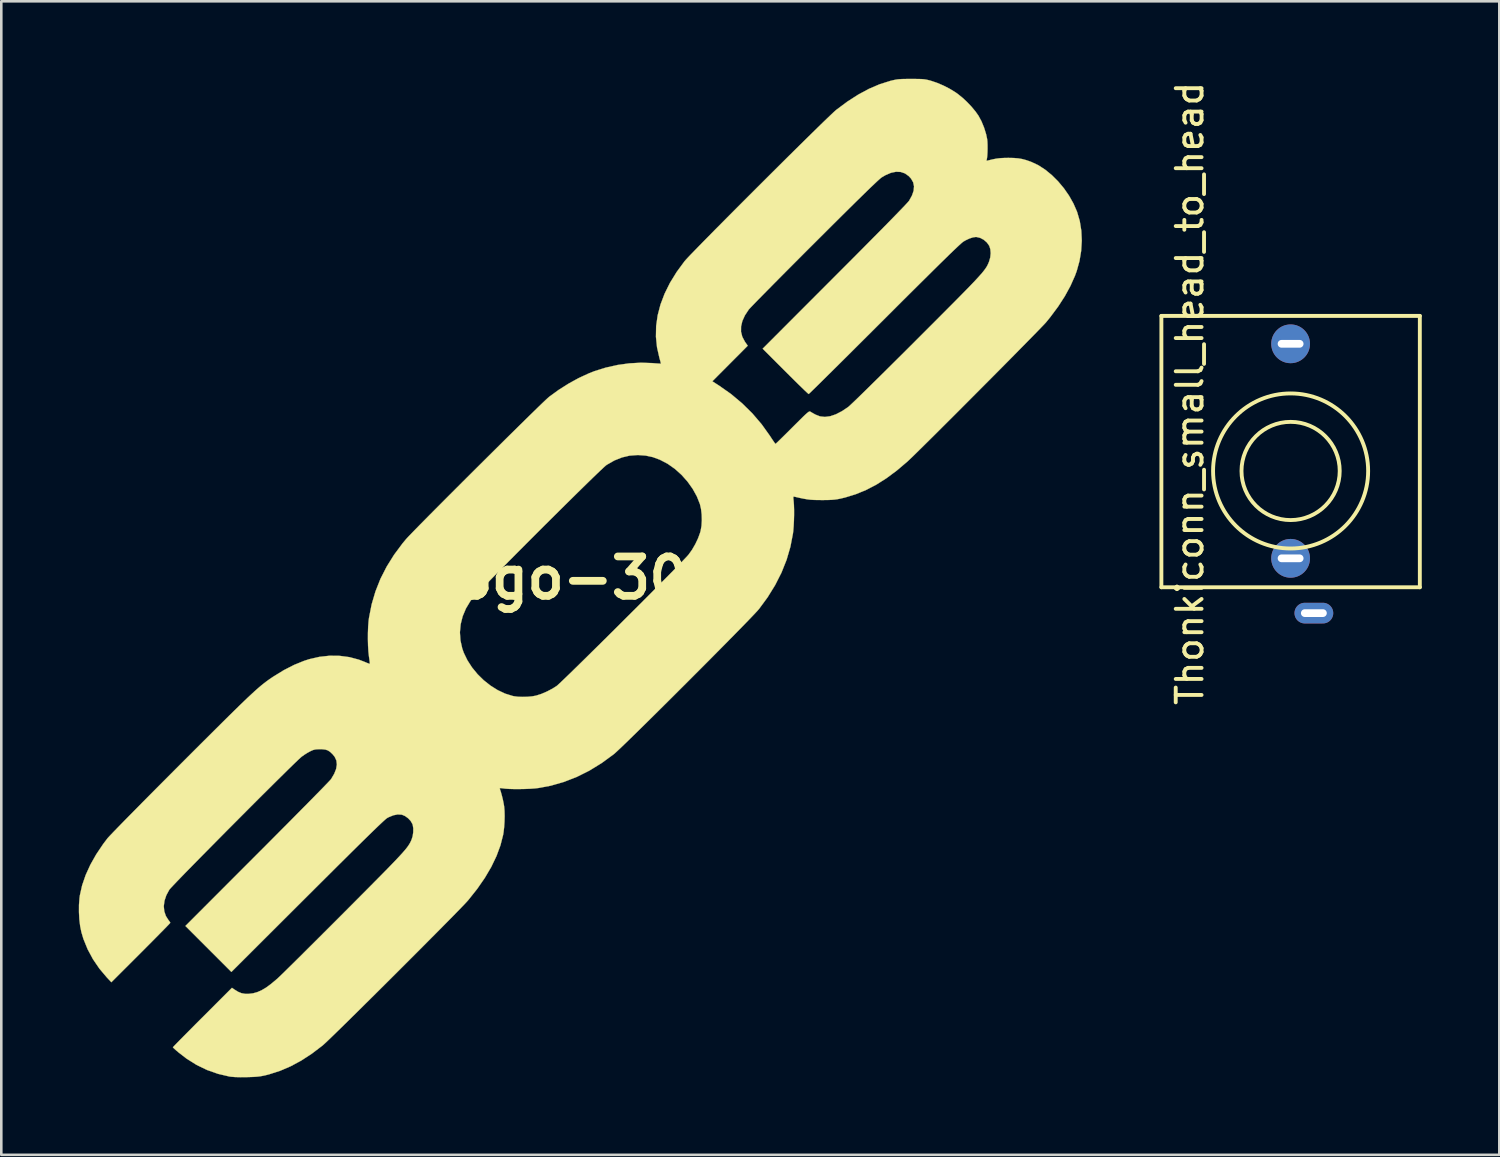
<source format=kicad_pcb>
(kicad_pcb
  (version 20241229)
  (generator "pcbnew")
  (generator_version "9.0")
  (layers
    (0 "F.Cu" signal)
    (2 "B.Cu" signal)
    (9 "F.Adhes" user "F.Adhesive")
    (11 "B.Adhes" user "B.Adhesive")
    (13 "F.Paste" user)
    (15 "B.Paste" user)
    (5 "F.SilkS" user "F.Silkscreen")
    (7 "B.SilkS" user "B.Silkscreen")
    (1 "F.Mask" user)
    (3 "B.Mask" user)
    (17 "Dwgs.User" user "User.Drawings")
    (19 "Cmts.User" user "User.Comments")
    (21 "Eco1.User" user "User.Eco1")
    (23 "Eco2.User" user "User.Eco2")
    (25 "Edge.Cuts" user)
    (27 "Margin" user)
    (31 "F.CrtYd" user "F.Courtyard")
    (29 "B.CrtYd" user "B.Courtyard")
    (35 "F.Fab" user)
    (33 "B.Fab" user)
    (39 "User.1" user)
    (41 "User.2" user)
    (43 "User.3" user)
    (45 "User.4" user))
  (footprint "Thonkiconn_small_head_to_head"
    (layer "F.Cu")
    (at 46.887 15.173)
    (property "Reference" "Thonkiconn_small_head_to_head" (at -3.9 -3 270) (layer "F.SilkS") (effects (font (size 1 1) (thickness 0.15))))
    (attr through_hole)
    (fp_line (start -5 -6) (end -5 4.5) (stroke (width 0.15) (type solid)) (layer "F.SilkS"))
    (fp_line (start -5 -6) (end 5 -6) (stroke (width 0.15) (type solid)) (layer "F.SilkS"))
    (fp_line (start -5 4.5) (end 5 4.5) (stroke (width 0.15) (type solid)) (layer "F.SilkS"))
    (fp_line (start 5 -6) (end 5 4.5) (stroke (width 0.15) (type solid)) (layer "F.SilkS"))
    (fp_circle (center 0 0) (end 1.9 0) (stroke (width 0.15) (type solid)) (fill no) (layer "F.SilkS"))
    (fp_circle (center 0 0) (end 3 0) (stroke (width 0.15) (type solid)) (fill no) (layer "F.SilkS"))
    (pad "1" thru_hole oval (at 0.9 5.5) (size 1.5 0.8) (drill oval 1 0.3) (layers "*.Cu" "*.Mask"))
    (pad "2" thru_hole oval (at 0 3.38) (size 1.5 1.5) (drill oval 1 0.3) (layers "*.Cu" "*.Mask"))
    (pad "3" thru_hole oval (at 0 -4.92) (size 1.5 1.5) (drill oval 1 0.3) (layers "*.Cu" "*.Mask")))
  (footprint "logo-303"
    (layer "F.Cu")
    (at 19.404 19.315)
    (property "Reference" "logo-303" (at 0 0 0) (layer "F.SilkS") (effects (font (size 1.524 1.524) (thickness 0.3))))
    (attr through_hole)
    (fp_poly (pts (xy 12.979 -19.31) (xy 13.115 -19.308) (xy 13.222 -19.304) (xy 13.308 -19.296) (xy 13.385 -19.284) (xy 13.463 -19.267) (xy 13.551 -19.244) (xy 13.564 -19.24) (xy 13.8 -19.161) (xy 14.051 -19.054) (xy 14.298 -18.927) (xy 14.521 -18.79) (xy 14.596 -18.737) (xy 14.779 -18.59) (xy 14.963 -18.419) (xy 15.138 -18.235) (xy 15.29 -18.052) (xy 15.405 -17.889) (xy 15.523 -17.67) (xy 15.624 -17.423) (xy 15.702 -17.17) (xy 15.741 -16.984) (xy 15.751 -16.886) (xy 15.756 -16.761) (xy 15.757 -16.623) (xy 15.754 -16.483) (xy 15.747 -16.356) (xy 15.737 -16.253) (xy 15.724 -16.187) (xy 15.723 -16.185) (xy 15.716 -16.153) (xy 15.739 -16.148) (xy 15.779 -16.156) (xy 15.958 -16.2) (xy 16.111 -16.229) (xy 16.255 -16.246) (xy 16.413 -16.254) (xy 16.565 -16.256) (xy 16.769 -16.252) (xy 16.94 -16.238) (xy 17.096 -16.212) (xy 17.254 -16.169) (xy 17.431 -16.107) (xy 17.463 -16.094) (xy 17.727 -15.969) (xy 17.99 -15.798) (xy 18.245 -15.589) (xy 18.487 -15.348) (xy 18.711 -15.08) (xy 18.911 -14.792) (xy 19.081 -14.49) (xy 19.217 -14.179) (xy 19.222 -14.165) (xy 19.325 -13.813) (xy 19.385 -13.439) (xy 19.403 -13.052) (xy 19.379 -12.658) (xy 19.314 -12.265) (xy 19.207 -11.879) (xy 19.14 -11.696) (xy 18.964 -11.301) (xy 18.748 -10.906) (xy 18.49 -10.506) (xy 18.186 -10.098) (xy 18.038 -9.915) (xy 17.996 -9.867) (xy 17.92 -9.786) (xy 17.812 -9.674) (xy 17.677 -9.534) (xy 17.516 -9.369) (xy 17.331 -9.181) (xy 17.126 -8.972) (xy 16.903 -8.746) (xy 16.665 -8.504) (xy 16.414 -8.25) (xy 16.152 -7.986) (xy 15.883 -7.715) (xy 15.608 -7.439) (xy 15.331 -7.161) (xy 15.054 -6.883) (xy 14.78 -6.608) (xy 14.511 -6.338) (xy 14.249 -6.077) (xy 13.998 -5.827) (xy 13.76 -5.589) (xy 13.537 -5.368) (xy 13.332 -5.165) (xy 13.148 -4.984) (xy 12.988 -4.826) (xy 12.853 -4.694) (xy 12.746 -4.592) (xy 12.67 -4.52) (xy 12.655 -4.506) (xy 12.25 -4.162) (xy 11.852 -3.866) (xy 11.457 -3.615) (xy 11.06 -3.408) (xy 10.659 -3.243) (xy 10.249 -3.117) (xy 10.06 -3.072) (xy 9.948 -3.05) (xy 9.839 -3.035) (xy 9.722 -3.025) (xy 9.583 -3.019) (xy 9.41 -3.017) (xy 9.344 -3.017) (xy 9.172 -3.018) (xy 9.03 -3.022) (xy 8.905 -3.03) (xy 8.784 -3.045) (xy 8.654 -3.067) (xy 8.501 -3.098) (xy 8.313 -3.141) (xy 8.293 -3.146) (xy 8.262 -3.151) (xy 8.245 -3.142) (xy 8.241 -3.109) (xy 8.247 -3.041) (xy 8.253 -2.985) (xy 8.265 -2.831) (xy 8.271 -2.642) (xy 8.271 -2.431) (xy 8.265 -2.214) (xy 8.254 -2.004) (xy 8.239 -1.816) (xy 8.227 -1.719) (xy 8.129 -1.21) (xy 7.982 -0.707) (xy 7.785 -0.213) (xy 7.539 0.273) (xy 7.245 0.748) (xy 6.916 1.195) (xy 6.867 1.252) (xy 6.784 1.342) (xy 6.67 1.463) (xy 6.528 1.611) (xy 6.36 1.785) (xy 6.168 1.981) (xy 5.956 2.198) (xy 5.725 2.432) (xy 5.479 2.682) (xy 5.22 2.943) (xy 4.951 3.215) (xy 4.674 3.493) (xy 4.391 3.776) (xy 4.106 4.062) (xy 3.821 4.346) (xy 3.539 4.628) (xy 3.261 4.904) (xy 2.992 5.171) (xy 2.732 5.428) (xy 2.486 5.671) (xy 2.255 5.898) (xy 2.042 6.106) (xy 1.85 6.294) (xy 1.681 6.457) (xy 1.538 6.594) (xy 1.423 6.702) (xy 1.34 6.778) (xy 1.297 6.815) (xy 0.829 7.158) (xy 0.351 7.452) (xy -0.138 7.696) (xy -0.636 7.89) (xy -1.146 8.036) (xy -1.615 8.124) (xy -1.763 8.141) (xy -1.944 8.154) (xy -2.145 8.162) (xy -2.353 8.166) (xy -2.555 8.166) (xy -2.741 8.161) (xy -2.897 8.151) (xy -2.982 8.141) (xy -3.064 8.13) (xy -3.106 8.13) (xy -3.118 8.143) (xy -3.114 8.159) (xy -3.076 8.272) (xy -3.036 8.417) (xy -2.997 8.575) (xy -2.966 8.728) (xy -2.947 8.841) (xy -2.933 9.011) (xy -2.928 9.213) (xy -2.934 9.431) (xy -2.948 9.647) (xy -2.971 9.843) (xy -2.987 9.939) (xy -3.09 10.343) (xy -3.243 10.756) (xy -3.444 11.175) (xy -3.693 11.599) (xy -3.989 12.027) (xy -4.331 12.457) (xy -4.343 12.471) (xy -4.396 12.53) (xy -4.482 12.622) (xy -4.598 12.743) (xy -4.743 12.892) (xy -4.913 13.067) (xy -5.106 13.263) (xy -5.32 13.479) (xy -5.551 13.713) (xy -5.798 13.961) (xy -6.057 14.222) (xy -6.326 14.492) (xy -6.603 14.769) (xy -6.885 15.051) (xy -7.169 15.335) (xy -7.453 15.618) (xy -7.735 15.899) (xy -8.011 16.173) (xy -8.28 16.439) (xy -8.538 16.695) (xy -8.783 16.937) (xy -9.013 17.164) (xy -9.225 17.372) (xy -9.417 17.559) (xy -9.585 17.722) (xy -9.728 17.86) (xy -9.842 17.969) (xy -9.926 18.046) (xy -9.974 18.089) (xy -10.387 18.403) (xy -10.796 18.67) (xy -11.204 18.89) (xy -11.616 19.067) (xy -12.036 19.202) (xy -12.179 19.239) (xy -12.29 19.263) (xy -12.396 19.281) (xy -12.507 19.294) (xy -12.638 19.303) (xy -12.799 19.309) (xy -12.916 19.312) (xy -13.161 19.314) (xy -13.358 19.309) (xy -13.51 19.297) (xy -13.577 19.288) (xy -14.021 19.184) (xy -14.444 19.035) (xy -14.849 18.839) (xy -15.236 18.596) (xy -15.554 18.35) (xy -15.639 18.277) (xy -15.708 18.215) (xy -15.752 18.173) (xy -15.764 18.157) (xy -15.746 18.137) (xy -15.696 18.084) (xy -15.615 18.001) (xy -15.508 17.891) (xy -15.377 17.758) (xy -15.224 17.604) (xy -15.054 17.433) (xy -14.87 17.247) (xy -14.673 17.05) (xy -14.621 16.999) (xy -13.479 15.856) (xy -13.382 15.923) (xy -13.238 16.012) (xy -13.107 16.065) (xy -12.971 16.089) (xy -12.829 16.089) (xy -12.663 16.069) (xy -12.501 16.024) (xy -12.337 15.953) (xy -12.164 15.851) (xy -11.978 15.715) (xy -11.77 15.542) (xy -11.683 15.464) (xy -11.63 15.414) (xy -11.543 15.33) (xy -11.426 15.216) (xy -11.28 15.072) (xy -11.108 14.903) (xy -10.913 14.71) (xy -10.697 14.495) (xy -10.463 14.262) (xy -10.212 14.012) (xy -9.948 13.748) (xy -9.673 13.474) (xy -9.389 13.19) (xy -9.113 12.913) (xy -8.768 12.567) (xy -8.457 12.254) (xy -8.178 11.974) (xy -7.93 11.723) (xy -7.71 11.501) (xy -7.516 11.304) (xy -7.347 11.13) (xy -7.2 10.978) (xy -7.075 10.846) (xy -6.968 10.731) (xy -6.878 10.632) (xy -6.803 10.546) (xy -6.741 10.472) (xy -6.691 10.407) (xy -6.65 10.349) (xy -6.616 10.296) (xy -6.588 10.247) (xy -6.563 10.198) (xy -6.541 10.149) (xy -6.532 10.13) (xy -6.488 9.993) (xy -6.465 9.839) (xy -6.463 9.686) (xy -6.484 9.553) (xy -6.495 9.522) (xy -6.561 9.405) (xy -6.661 9.297) (xy -6.78 9.21) (xy -6.903 9.158) (xy -6.914 9.156) (xy -7.066 9.147) (xy -7.236 9.181) (xy -7.416 9.255) (xy -7.475 9.287) (xy -7.505 9.309) (xy -7.556 9.352) (xy -7.628 9.417) (xy -7.723 9.506) (xy -7.841 9.618) (xy -7.984 9.756) (xy -8.153 9.92) (xy -8.349 10.112) (xy -8.573 10.332) (xy -8.826 10.582) (xy -9.109 10.863) (xy -9.424 11.175) (xy -9.771 11.521) (xy -10.152 11.9) (xy -10.558 12.305) (xy -13.501 15.242) (xy -15.28 13.463) (xy -12.5 10.679) (xy -12.185 10.364) (xy -11.88 10.057) (xy -11.585 9.76) (xy -11.303 9.477) (xy -11.037 9.208) (xy -10.788 8.956) (xy -10.557 8.723) (xy -10.348 8.511) (xy -10.162 8.321) (xy -10.001 8.157) (xy -9.868 8.019) (xy -9.763 7.91) (xy -9.69 7.833) (xy -9.65 7.788) (xy -9.643 7.78) (xy -9.522 7.574) (xy -9.448 7.387) (xy -9.42 7.216) (xy -9.438 7.061) (xy -9.503 6.92) (xy -9.584 6.819) (xy -9.68 6.728) (xy -9.769 6.67) (xy -9.866 6.638) (xy -9.989 6.625) (xy -10.068 6.624) (xy -10.184 6.626) (xy -10.269 6.636) (xy -10.345 6.657) (xy -10.432 6.695) (xy -10.451 6.705) (xy -10.558 6.763) (xy -10.677 6.838) (xy -10.781 6.912) (xy -10.826 6.951) (xy -10.904 7.023) (xy -11.011 7.125) (xy -11.145 7.255) (xy -11.305 7.411) (xy -11.486 7.59) (xy -11.687 7.788) (xy -11.905 8.004) (xy -12.138 8.236) (xy -12.383 8.479) (xy -12.637 8.733) (xy -12.897 8.994) (xy -13.162 9.26) (xy -13.429 9.528) (xy -13.695 9.795) (xy -13.957 10.06) (xy -14.213 10.319) (xy -14.461 10.57) (xy -14.698 10.81) (xy -14.921 11.037) (xy -15.128 11.248) (xy -15.316 11.44) (xy -15.482 11.612) (xy -15.625 11.76) (xy -15.741 11.882) (xy -15.828 11.975) (xy -15.884 12.037) (xy -15.903 12.061) (xy -16.019 12.276) (xy -16.09 12.489) (xy -16.117 12.697) (xy -16.098 12.895) (xy -16.035 13.079) (xy -15.943 13.224) (xy -15.897 13.284) (xy -15.87 13.329) (xy -15.865 13.341) (xy -15.883 13.362) (xy -15.933 13.416) (xy -16.014 13.499) (xy -16.121 13.609) (xy -16.253 13.743) (xy -16.405 13.897) (xy -16.575 14.069) (xy -16.76 14.255) (xy -16.956 14.452) (xy -17.005 14.501) (xy -18.145 15.64) (xy -18.317 15.458) (xy -18.606 15.116) (xy -18.856 14.75) (xy -19.064 14.363) (xy -19.227 13.962) (xy -19.304 13.704) (xy -19.352 13.471) (xy -19.384 13.206) (xy -19.399 12.926) (xy -19.398 12.648) (xy -19.378 12.388) (xy -19.363 12.276) (xy -19.276 11.89) (xy -19.141 11.496) (xy -18.959 11.096) (xy -18.732 10.694) (xy -18.462 10.292) (xy -18.292 10.068) (xy -18.254 10.026) (xy -18.182 9.949) (xy -18.079 9.841) (xy -17.946 9.704) (xy -17.786 9.539) (xy -17.6 9.349) (xy -17.391 9.137) (xy -17.161 8.904) (xy -16.913 8.652) (xy -16.647 8.384) (xy -16.367 8.102) (xy -16.074 7.808) (xy -15.771 7.504) (xy -15.46 7.192) (xy -15.423 7.155) (xy -15.04 6.772) (xy -14.691 6.423) (xy -14.373 6.107) (xy -14.086 5.821) (xy -13.826 5.563) (xy -13.593 5.332) (xy -13.383 5.126) (xy -13.196 4.943) (xy -13.028 4.781) (xy -12.879 4.638) (xy -12.745 4.513) (xy -12.626 4.403) (xy -12.519 4.307) (xy -12.422 4.222) (xy -12.333 4.147) (xy -12.25 4.081) (xy -12.171 4.02) (xy -12.095 3.964) (xy -12.019 3.91) (xy -11.941 3.857) (xy -11.886 3.82) (xy -11.479 3.569) (xy -11.078 3.363) (xy -10.689 3.205) (xy -10.488 3.14) (xy -10.094 3.05) (xy -9.701 3.007) (xy -9.314 3.011) (xy -8.936 3.061) (xy -8.572 3.158) (xy -8.358 3.24) (xy -8.266 3.279) (xy -8.193 3.307) (xy -8.15 3.321) (xy -8.144 3.322) (xy -8.144 3.295) (xy -8.151 3.228) (xy -8.164 3.133) (xy -8.178 3.036) (xy -8.199 2.845) (xy -8.213 2.618) (xy -8.219 2.371) (xy -8.218 2.12) (xy -8.217 2.102) (xy -4.659 2.102) (xy -4.638 2.415) (xy -4.568 2.727) (xy -4.509 2.894) (xy -4.369 3.183) (xy -4.19 3.46) (xy -3.977 3.72) (xy -3.737 3.956) (xy -3.475 4.163) (xy -3.198 4.337) (xy -2.912 4.472) (xy -2.623 4.562) (xy -2.566 4.574) (xy -2.413 4.594) (xy -2.231 4.6) (xy -2.04 4.595) (xy -1.86 4.578) (xy -1.714 4.551) (xy -1.508 4.485) (xy -1.288 4.39) (xy -1.073 4.277) (xy -0.917 4.178) (xy -0.878 4.145) (xy -0.805 4.078) (xy -0.702 3.981) (xy -0.571 3.855) (xy -0.414 3.704) (xy -0.235 3.529) (xy -0.036 3.334) (xy 0.181 3.121) (xy 0.413 2.892) (xy 0.658 2.651) (xy 0.912 2.4) (xy 1.173 2.141) (xy 1.439 1.877) (xy 1.706 1.61) (xy 1.973 1.344) (xy 2.237 1.081) (xy 2.495 0.823) (xy 2.744 0.573) (xy 2.982 0.333) (xy 3.207 0.107) (xy 3.415 -0.103) (xy 3.604 -0.295) (xy 3.772 -0.467) (xy 3.915 -0.614) (xy 4.032 -0.736) (xy 4.12 -0.828) (xy 4.175 -0.89) (xy 4.186 -0.903) (xy 4.323 -1.093) (xy 4.449 -1.311) (xy 4.557 -1.539) (xy 4.637 -1.76) (xy 4.656 -1.83) (xy 4.689 -2.018) (xy 4.702 -2.234) (xy 4.696 -2.458) (xy 4.671 -2.671) (xy 4.629 -2.856) (xy 4.628 -2.86) (xy 4.51 -3.157) (xy 4.348 -3.45) (xy 4.149 -3.73) (xy 3.919 -3.989) (xy 3.665 -4.218) (xy 3.395 -4.409) (xy 3.359 -4.431) (xy 3.079 -4.577) (xy 2.805 -4.678) (xy 2.529 -4.737) (xy 2.24 -4.758) (xy 2.212 -4.758) (xy 1.905 -4.735) (xy 1.609 -4.665) (xy 1.319 -4.549) (xy 1.03 -4.384) (xy 1.012 -4.372) (xy 0.97 -4.338) (xy 0.895 -4.27) (xy 0.789 -4.171) (xy 0.655 -4.043) (xy 0.496 -3.89) (xy 0.314 -3.713) (xy 0.112 -3.515) (xy -0.108 -3.3) (xy -0.343 -3.068) (xy -0.591 -2.823) (xy -0.848 -2.568) (xy -1.113 -2.305) (xy -1.383 -2.037) (xy -1.654 -1.766) (xy -1.926 -1.494) (xy -2.194 -1.225) (xy -2.457 -0.961) (xy -2.712 -0.704) (xy -2.956 -0.457) (xy -3.187 -0.223) (xy -3.403 -0.004) (xy -3.6 0.197) (xy -3.775 0.378) (xy -3.928 0.536) (xy -4.054 0.668) (xy -4.152 0.773) (xy -4.218 0.846) (xy -4.249 0.884) (xy -4.425 1.178) (xy -4.552 1.48) (xy -4.63 1.789) (xy -4.659 2.102) (xy -8.217 2.102) (xy -8.209 1.879) (xy -8.192 1.663) (xy -8.176 1.538) (xy -8.074 1.019) (xy -7.926 0.518) (xy -7.734 0.033) (xy -7.494 -0.438) (xy -7.207 -0.898) (xy -6.871 -1.35) (xy -6.756 -1.488) (xy -6.707 -1.543) (xy -6.625 -1.63) (xy -6.512 -1.747) (xy -6.372 -1.891) (xy -6.206 -2.061) (xy -6.017 -2.252) (xy -5.808 -2.464) (xy -5.581 -2.692) (xy -5.338 -2.936) (xy -5.083 -3.192) (xy -4.818 -3.457) (xy -4.545 -3.73) (xy -4.267 -4.007) (xy -3.987 -4.286) (xy -3.706 -4.565) (xy -3.428 -4.841) (xy -3.155 -5.112) (xy -2.89 -5.375) (xy -2.634 -5.627) (xy -2.392 -5.866) (xy -2.164 -6.09) (xy -1.955 -6.295) (xy -1.765 -6.48) (xy -1.599 -6.642) (xy -1.458 -6.778) (xy -1.344 -6.886) (xy -1.261 -6.963) (xy -1.211 -7.007) (xy -1.208 -7.01) (xy -0.841 -7.277) (xy -0.454 -7.522) (xy -0.291 -7.612) (xy 5.108 -7.612) (xy 5.377 -7.439) (xy 5.832 -7.119) (xy 6.26 -6.76) (xy 6.657 -6.369) (xy 7.016 -5.949) (xy 7.329 -5.512) (xy 7.402 -5.4) (xy 7.466 -5.305) (xy 7.516 -5.233) (xy 7.545 -5.194) (xy 7.551 -5.188) (xy 7.571 -5.205) (xy 7.623 -5.254) (xy 7.703 -5.331) (xy 7.806 -5.432) (xy 7.929 -5.553) (xy 8.067 -5.69) (xy 8.206 -5.829) (xy 8.375 -5.997) (xy 8.512 -6.133) (xy 8.62 -6.24) (xy 8.704 -6.32) (xy 8.768 -6.377) (xy 8.814 -6.415) (xy 8.847 -6.436) (xy 8.871 -6.444) (xy 8.889 -6.442) (xy 8.905 -6.434) (xy 8.959 -6.401) (xy 9.037 -6.357) (xy 9.098 -6.323) (xy 9.274 -6.254) (xy 9.464 -6.233) (xy 9.669 -6.26) (xy 9.89 -6.335) (xy 10.127 -6.458) (xy 10.361 -6.615) (xy 10.401 -6.649) (xy 10.475 -6.718) (xy 10.581 -6.818) (xy 10.716 -6.948) (xy 10.879 -7.106) (xy 11.067 -7.29) (xy 11.278 -7.498) (xy 11.511 -7.727) (xy 11.763 -7.976) (xy 12.032 -8.243) (xy 12.316 -8.525) (xy 12.613 -8.82) (xy 12.921 -9.127) (xy 13.02 -9.227) (xy 13.381 -9.588) (xy 13.708 -9.915) (xy 14.002 -10.21) (xy 14.266 -10.475) (xy 14.501 -10.711) (xy 14.709 -10.922) (xy 14.892 -11.108) (xy 15.052 -11.272) (xy 15.19 -11.416) (xy 15.308 -11.541) (xy 15.408 -11.65) (xy 15.493 -11.745) (xy 15.563 -11.826) (xy 15.62 -11.898) (xy 15.667 -11.961) (xy 15.705 -12.017) (xy 15.736 -12.068) (xy 15.761 -12.117) (xy 15.783 -12.164) (xy 15.803 -12.213) (xy 15.817 -12.247) (xy 15.862 -12.405) (xy 15.878 -12.569) (xy 15.865 -12.722) (xy 15.824 -12.85) (xy 15.821 -12.856) (xy 15.731 -12.983) (xy 15.611 -13.087) (xy 15.475 -13.16) (xy 15.334 -13.194) (xy 15.301 -13.196) (xy 15.19 -13.18) (xy 15.055 -13.136) (xy 14.912 -13.069) (xy 14.821 -13.016) (xy 14.787 -12.99) (xy 14.733 -12.944) (xy 14.657 -12.875) (xy 14.559 -12.783) (xy 14.437 -12.667) (xy 14.29 -12.526) (xy 14.118 -12.357) (xy 13.918 -12.162) (xy 13.691 -11.938) (xy 13.434 -11.683) (xy 13.147 -11.399) (xy 12.828 -11.082) (xy 12.476 -10.732) (xy 12.091 -10.347) (xy 11.759 -10.015) (xy 11.439 -9.696) (xy 11.128 -9.386) (xy 10.829 -9.088) (xy 10.543 -8.803) (xy 10.273 -8.534) (xy 10.02 -8.283) (xy 9.786 -8.051) (xy 9.573 -7.84) (xy 9.384 -7.653) (xy 9.219 -7.49) (xy 9.081 -7.355) (xy 8.971 -7.248) (xy 8.893 -7.172) (xy 8.847 -7.129) (xy 8.835 -7.119) (xy 8.813 -7.137) (xy 8.758 -7.187) (xy 8.674 -7.266) (xy 8.566 -7.371) (xy 8.435 -7.498) (xy 8.287 -7.644) (xy 8.125 -7.805) (xy 7.951 -7.978) (xy 7.933 -7.996) (xy 7.056 -8.873) (xy 9.842 -11.664) (xy 10.263 -12.086) (xy 10.653 -12.477) (xy 11.01 -12.837) (xy 11.335 -13.165) (xy 11.627 -13.46) (xy 11.885 -13.722) (xy 12.11 -13.952) (xy 12.3 -14.148) (xy 12.456 -14.309) (xy 12.577 -14.437) (xy 12.663 -14.53) (xy 12.713 -14.587) (xy 12.724 -14.602) (xy 12.834 -14.802) (xy 12.897 -14.986) (xy 12.912 -15.155) (xy 12.879 -15.311) (xy 12.797 -15.454) (xy 12.708 -15.551) (xy 12.56 -15.656) (xy 12.396 -15.712) (xy 12.217 -15.72) (xy 12.022 -15.68) (xy 11.813 -15.591) (xy 11.667 -15.506) (xy 11.629 -15.478) (xy 11.569 -15.426) (xy 11.485 -15.35) (xy 11.377 -15.248) (xy 11.242 -15.12) (xy 11.081 -14.964) (xy 10.892 -14.779) (xy 10.673 -14.565) (xy 10.425 -14.32) (xy 10.145 -14.043) (xy 9.833 -13.733) (xy 9.487 -13.388) (xy 9.107 -13.009) (xy 9.069 -12.971) (xy 8.773 -12.676) (xy 8.486 -12.388) (xy 8.21 -12.111) (xy 7.947 -11.847) (xy 7.699 -11.597) (xy 7.468 -11.364) (xy 7.257 -11.15) (xy 7.068 -10.958) (xy 6.902 -10.79) (xy 6.763 -10.647) (xy 6.653 -10.533) (xy 6.573 -10.449) (xy 6.526 -10.398) (xy 6.516 -10.386) (xy 6.369 -10.163) (xy 6.27 -9.945) (xy 6.22 -9.734) (xy 6.218 -9.53) (xy 6.267 -9.336) (xy 6.364 -9.152) (xy 6.368 -9.145) (xy 6.478 -8.988) (xy 5.793 -8.3) (xy 5.108 -7.612) (xy -0.291 -7.612) (xy -0.059 -7.739) (xy 0.333 -7.92) (xy 0.547 -8.004) (xy 0.982 -8.14) (xy 1.435 -8.242) (xy 1.894 -8.306) (xy 2.348 -8.331) (xy 2.782 -8.316) (xy 2.905 -8.306) (xy 3.008 -8.299) (xy 3.081 -8.295) (xy 3.116 -8.295) (xy 3.117 -8.295) (xy 3.113 -8.321) (xy 3.098 -8.384) (xy 3.073 -8.472) (xy 3.06 -8.518) (xy 2.968 -8.925) (xy 2.926 -9.335) (xy 2.934 -9.749) (xy 2.993 -10.165) (xy 3.102 -10.582) (xy 3.261 -11.001) (xy 3.469 -11.421) (xy 3.728 -11.841) (xy 4.032 -12.255) (xy 4.077 -12.307) (xy 4.155 -12.392) (xy 4.265 -12.508) (xy 4.404 -12.651) (xy 4.569 -12.821) (xy 4.758 -13.014) (xy 4.968 -13.227) (xy 5.196 -13.459) (xy 5.441 -13.706) (xy 5.7 -13.967) (xy 5.97 -14.238) (xy 6.249 -14.518) (xy 6.534 -14.803) (xy 6.823 -15.092) (xy 7.113 -15.381) (xy 7.402 -15.669) (xy 7.687 -15.953) (xy 7.966 -16.23) (xy 8.236 -16.497) (xy 8.495 -16.753) (xy 8.741 -16.995) (xy 8.97 -17.22) (xy 9.18 -17.426) (xy 9.369 -17.61) (xy 9.535 -17.77) (xy 9.674 -17.903) (xy 9.785 -18.008) (xy 9.864 -18.08) (xy 9.903 -18.114) (xy 10.331 -18.433) (xy 10.751 -18.703) (xy 11.164 -18.926) (xy 11.572 -19.101) (xy 11.977 -19.23) (xy 12.015 -19.24) (xy 12.115 -19.264) (xy 12.202 -19.282) (xy 12.285 -19.295) (xy 12.376 -19.303) (xy 12.486 -19.308) (xy 12.625 -19.31) (xy 12.802 -19.31) (xy 12.979 -19.31)) (stroke (width 0.01) (type solid)) (fill yes) (layer "F.SilkS")))
  (gr_rect
    (start -3 -3)
    (end 54.962 41.634)
    (stroke (width 0.1) (type default))
    (fill no)
    (layer "Edge.Cuts")))
</source>
